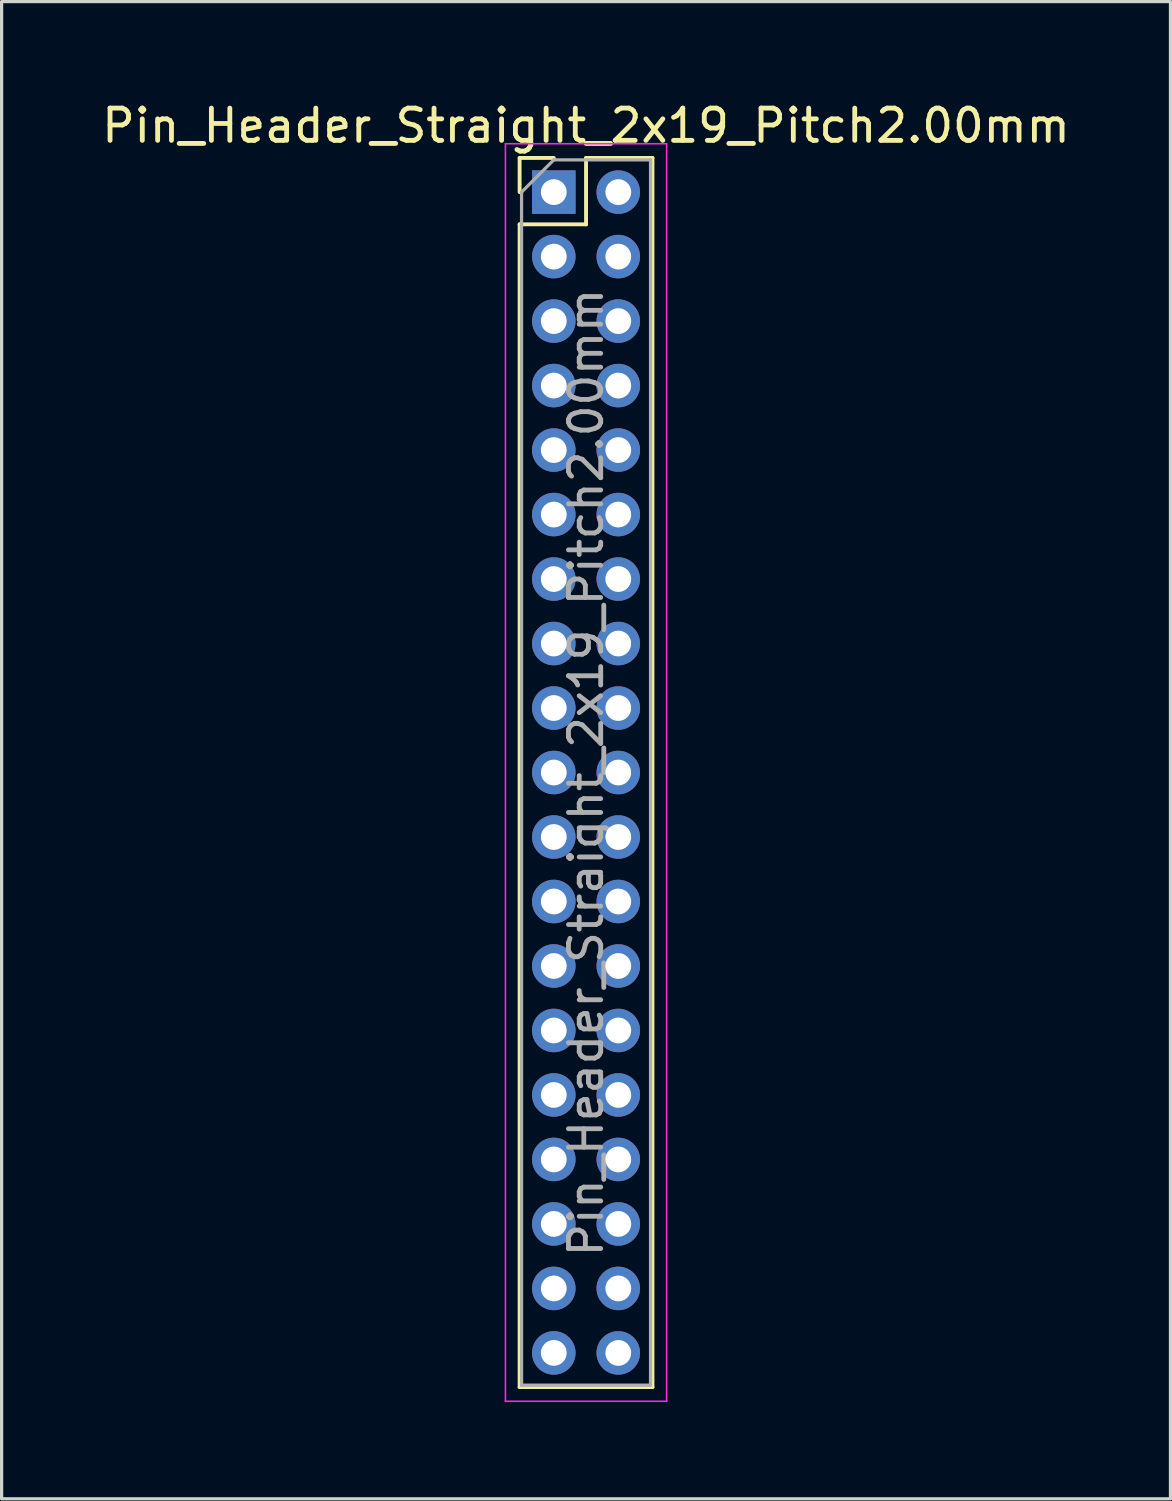
<source format=kicad_pcb>
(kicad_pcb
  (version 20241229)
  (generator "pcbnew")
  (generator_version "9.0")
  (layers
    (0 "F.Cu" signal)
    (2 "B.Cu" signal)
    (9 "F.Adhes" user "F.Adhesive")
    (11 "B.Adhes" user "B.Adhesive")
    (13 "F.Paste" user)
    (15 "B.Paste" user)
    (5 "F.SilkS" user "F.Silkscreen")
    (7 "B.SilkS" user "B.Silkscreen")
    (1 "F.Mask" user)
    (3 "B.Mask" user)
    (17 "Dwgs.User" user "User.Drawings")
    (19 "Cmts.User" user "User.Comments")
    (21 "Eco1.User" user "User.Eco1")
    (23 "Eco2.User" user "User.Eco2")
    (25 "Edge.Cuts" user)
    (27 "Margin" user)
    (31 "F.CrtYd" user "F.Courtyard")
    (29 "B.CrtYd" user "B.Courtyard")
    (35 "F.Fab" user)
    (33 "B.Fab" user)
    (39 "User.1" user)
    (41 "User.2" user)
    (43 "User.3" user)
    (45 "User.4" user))
  (footprint "Pin_Header_Straight_2x19_Pitch2.00mm"
    (layer "F.Cu")
    (at 14.125 2.908)
    (property "Reference" "Pin_Header_Straight_2x19_Pitch2.00mm" (at 1 -2.06 0) (layer "F.SilkS") (effects (font (size 1 1) (thickness 0.15))))
    (attr through_hole)
    (fp_line (start -1.06 -1.06) (end 0 -1.06) (stroke (width 0.12) (type solid)) (layer "F.SilkS"))
    (fp_line (start -1.06 0) (end -1.06 -1.06) (stroke (width 0.12) (type solid)) (layer "F.SilkS"))
    (fp_line (start -1.06 1) (end -1.06 37.06) (stroke (width 0.12) (type solid)) (layer "F.SilkS"))
    (fp_line (start -1.06 1) (end 1 1) (stroke (width 0.12) (type solid)) (layer "F.SilkS"))
    (fp_line (start -1.06 37.06) (end 3.06 37.06) (stroke (width 0.12) (type solid)) (layer "F.SilkS"))
    (fp_line (start 1 -1.06) (end 3.06 -1.06) (stroke (width 0.12) (type solid)) (layer "F.SilkS"))
    (fp_line (start 1 1) (end 1 -1.06) (stroke (width 0.12) (type solid)) (layer "F.SilkS"))
    (fp_line (start 3.06 -1.06) (end 3.06 37.06) (stroke (width 0.12) (type solid)) (layer "F.SilkS"))
    (fp_line (start -1.5 -1.5) (end -1.5 37.5) (stroke (width 0.05) (type solid)) (layer "F.CrtYd"))
    (fp_line (start -1.5 37.5) (end 3.5 37.5) (stroke (width 0.05) (type solid)) (layer "F.CrtYd"))
    (fp_line (start 3.5 -1.5) (end -1.5 -1.5) (stroke (width 0.05) (type solid)) (layer "F.CrtYd"))
    (fp_line (start 3.5 37.5) (end 3.5 -1.5) (stroke (width 0.05) (type solid)) (layer "F.CrtYd"))
    (fp_line (start -1 0) (end 0 -1) (stroke (width 0.1) (type solid)) (layer "F.Fab"))
    (fp_line (start -1 37) (end -1 0) (stroke (width 0.1) (type solid)) (layer "F.Fab"))
    (fp_line (start 0 -1) (end 3 -1) (stroke (width 0.1) (type solid)) (layer "F.Fab"))
    (fp_line (start 3 -1) (end 3 37) (stroke (width 0.1) (type solid)) (layer "F.Fab"))
    (fp_line (start 3 37) (end -1 37) (stroke (width 0.1) (type solid)) (layer "F.Fab"))
    (fp_text user "${REFERENCE}" (at 1 18 90) (layer "F.Fab") (effects (font (size 1 1) (thickness 0.15))))
    (pad "1" thru_hole rect (at 0 0) (size 1.35 1.35) (drill 0.8) (layers "*.Cu" "*.Mask"))
    (pad "2" thru_hole oval (at 2 0) (size 1.35 1.35) (drill 0.8) (layers "*.Cu" "*.Mask"))
    (pad "3" thru_hole oval (at 0 2) (size 1.35 1.35) (drill 0.8) (layers "*.Cu" "*.Mask"))
    (pad "4" thru_hole oval (at 2 2) (size 1.35 1.35) (drill 0.8) (layers "*.Cu" "*.Mask"))
    (pad "5" thru_hole oval (at 0 4) (size 1.35 1.35) (drill 0.8) (layers "*.Cu" "*.Mask"))
    (pad "6" thru_hole oval (at 2 4) (size 1.35 1.35) (drill 0.8) (layers "*.Cu" "*.Mask"))
    (pad "7" thru_hole oval (at 0 6) (size 1.35 1.35) (drill 0.8) (layers "*.Cu" "*.Mask"))
    (pad "8" thru_hole oval (at 2 6) (size 1.35 1.35) (drill 0.8) (layers "*.Cu" "*.Mask"))
    (pad "9" thru_hole oval (at 0 8) (size 1.35 1.35) (drill 0.8) (layers "*.Cu" "*.Mask"))
    (pad "10" thru_hole oval (at 2 8) (size 1.35 1.35) (drill 0.8) (layers "*.Cu" "*.Mask"))
    (pad "11" thru_hole oval (at 0 10) (size 1.35 1.35) (drill 0.8) (layers "*.Cu" "*.Mask"))
    (pad "12" thru_hole oval (at 2 10) (size 1.35 1.35) (drill 0.8) (layers "*.Cu" "*.Mask"))
    (pad "13" thru_hole oval (at 0 12) (size 1.35 1.35) (drill 0.8) (layers "*.Cu" "*.Mask"))
    (pad "14" thru_hole oval (at 2 12) (size 1.35 1.35) (drill 0.8) (layers "*.Cu" "*.Mask"))
    (pad "15" thru_hole oval (at 0 14) (size 1.35 1.35) (drill 0.8) (layers "*.Cu" "*.Mask"))
    (pad "16" thru_hole oval (at 2 14) (size 1.35 1.35) (drill 0.8) (layers "*.Cu" "*.Mask"))
    (pad "17" thru_hole oval (at 0 16) (size 1.35 1.35) (drill 0.8) (layers "*.Cu" "*.Mask"))
    (pad "18" thru_hole oval (at 2 16) (size 1.35 1.35) (drill 0.8) (layers "*.Cu" "*.Mask"))
    (pad "19" thru_hole oval (at 0 18) (size 1.35 1.35) (drill 0.8) (layers "*.Cu" "*.Mask"))
    (pad "20" thru_hole oval (at 2 18) (size 1.35 1.35) (drill 0.8) (layers "*.Cu" "*.Mask"))
    (pad "21" thru_hole oval (at 0 20) (size 1.35 1.35) (drill 0.8) (layers "*.Cu" "*.Mask"))
    (pad "22" thru_hole oval (at 2 20) (size 1.35 1.35) (drill 0.8) (layers "*.Cu" "*.Mask"))
    (pad "23" thru_hole oval (at 0 22) (size 1.35 1.35) (drill 0.8) (layers "*.Cu" "*.Mask"))
    (pad "24" thru_hole oval (at 2 22) (size 1.35 1.35) (drill 0.8) (layers "*.Cu" "*.Mask"))
    (pad "25" thru_hole oval (at 0 24) (size 1.35 1.35) (drill 0.8) (layers "*.Cu" "*.Mask"))
    (pad "26" thru_hole oval (at 2 24) (size 1.35 1.35) (drill 0.8) (layers "*.Cu" "*.Mask"))
    (pad "27" thru_hole oval (at 0 26) (size 1.35 1.35) (drill 0.8) (layers "*.Cu" "*.Mask"))
    (pad "28" thru_hole oval (at 2 26) (size 1.35 1.35) (drill 0.8) (layers "*.Cu" "*.Mask"))
    (pad "29" thru_hole oval (at 0 28) (size 1.35 1.35) (drill 0.8) (layers "*.Cu" "*.Mask"))
    (pad "30" thru_hole oval (at 2 28) (size 1.35 1.35) (drill 0.8) (layers "*.Cu" "*.Mask"))
    (pad "31" thru_hole oval (at 0 30) (size 1.35 1.35) (drill 0.8) (layers "*.Cu" "*.Mask"))
    (pad "32" thru_hole oval (at 2 30) (size 1.35 1.35) (drill 0.8) (layers "*.Cu" "*.Mask"))
    (pad "33" thru_hole oval (at 0 32) (size 1.35 1.35) (drill 0.8) (layers "*.Cu" "*.Mask"))
    (pad "34" thru_hole oval (at 2 32) (size 1.35 1.35) (drill 0.8) (layers "*.Cu" "*.Mask"))
    (pad "35" thru_hole oval (at 0 34) (size 1.35 1.35) (drill 0.8) (layers "*.Cu" "*.Mask"))
    (pad "36" thru_hole oval (at 2 34) (size 1.35 1.35) (drill 0.8) (layers "*.Cu" "*.Mask"))
    (pad "37" thru_hole oval (at 0 36) (size 1.35 1.35) (drill 0.8) (layers "*.Cu" "*.Mask"))
    (pad "38" thru_hole oval (at 2 36) (size 1.35 1.35) (drill 0.8) (layers "*.Cu" "*.Mask")))
  (gr_rect
    (start -3 -3)
    (end 33.25 43.433)
    (stroke (width 0.1) (type default))
    (fill no)
    (layer "Edge.Cuts")))
</source>
